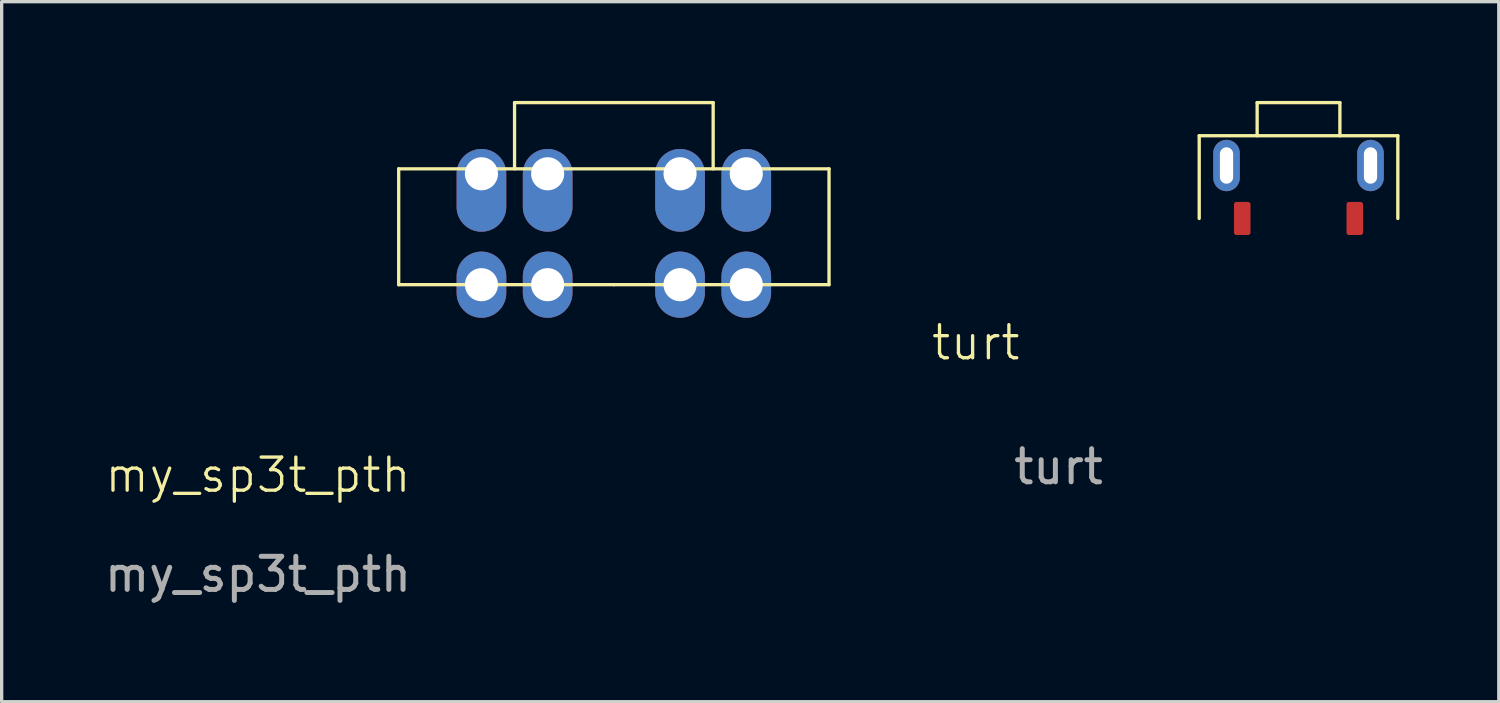
<source format=kicad_pcb>
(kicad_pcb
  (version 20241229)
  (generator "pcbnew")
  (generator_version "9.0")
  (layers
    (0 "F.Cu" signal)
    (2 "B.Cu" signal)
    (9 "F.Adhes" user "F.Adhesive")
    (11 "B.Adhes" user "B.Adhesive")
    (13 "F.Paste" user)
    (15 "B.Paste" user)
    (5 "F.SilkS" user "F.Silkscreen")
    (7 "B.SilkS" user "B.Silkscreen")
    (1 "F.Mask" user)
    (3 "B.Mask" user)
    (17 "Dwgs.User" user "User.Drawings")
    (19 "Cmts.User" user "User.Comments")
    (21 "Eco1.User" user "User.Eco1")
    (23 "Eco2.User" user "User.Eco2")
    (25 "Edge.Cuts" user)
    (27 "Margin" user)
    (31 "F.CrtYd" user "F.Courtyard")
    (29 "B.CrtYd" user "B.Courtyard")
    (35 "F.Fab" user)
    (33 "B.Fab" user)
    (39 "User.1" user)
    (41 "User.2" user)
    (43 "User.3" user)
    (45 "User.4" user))
  (footprint "my_sp3t_pth"
    (layer "F.Cu")
    (at 15.494 5.55)
    (property "Reference" "my_sp3t_pth" (at -10.75 5.75 0) (unlocked yes) (layer "F.SilkS") (effects (font (size 1 1) (thickness 0.1))))
    (attr smd)
    (fp_line (start -6.5 -3.5) (end 6.5 -3.5) (stroke (width 0.1) (type default)) (layer "F.SilkS"))
    (fp_line (start -6.5 0) (end -6.5 -3.5) (stroke (width 0.1) (type default)) (layer "F.SilkS"))
    (fp_line (start -3 -5.5) (end 3 -5.5) (stroke (width 0.1) (type default)) (layer "F.SilkS"))
    (fp_line (start -3 -3.5) (end -3 -5.5) (stroke (width 0.1) (type default)) (layer "F.SilkS"))
    (fp_line (start 0 0) (end -6.5 0) (stroke (width 0.1) (type default)) (layer "F.SilkS"))
    (fp_line (start 3 -5.5) (end 3 -3.5) (stroke (width 0.1) (type default)) (layer "F.SilkS"))
    (fp_line (start 6.5 -3.5) (end 6.5 0) (stroke (width 0.1) (type default)) (layer "F.SilkS"))
    (fp_line (start 6.5 0) (end 0 0) (stroke (width 0.1) (type default)) (layer "F.SilkS"))
    (fp_text user "${REFERENCE}" (at -10.75 8.75 0) (unlocked yes) (layer "F.Fab") (effects (font (size 1 1) (thickness 0.15))))
    (pad "1" thru_hole oval (at -4 0 90) (size 2 1.5) (drill 1) (layers "*.Cu" "*.Mask"))
    (pad "2" thru_hole oval (at -2 0 90) (size 2 1.5) (drill 1) (layers "*.Cu" "*.Mask"))
    (pad "3" thru_hole oval (at 2 0 90) (size 2 1.5) (drill 1) (layers "*.Cu" "*.Mask"))
    (pad "4" thru_hole oval (at 4 0 90) (size 2 1.5) (drill 1) (layers "*.Cu" "*.Mask"))
    (pad "5" thru_hole oval (at -4 -3.35 90) (size 2.5 1.5) (drill 1 (offset -0.5 0)) (layers "*.Cu" "*.Mask"))
    (pad "6" thru_hole oval (at -2 -3.35 90) (size 2.5 1.5) (drill 1 (offset -0.5 0)) (layers "*.Cu" "*.Mask"))
    (pad "7" thru_hole oval (at 2 -3.35 90) (size 2.5 1.5) (drill 1 (offset -0.5 0)) (layers "*.Cu" "*.Mask"))
    (pad "8" thru_hole oval (at 4 -3.35 90) (size 2.5 1.5) (drill 1 (offset -0.5 0)) (layers "*.Cu" "*.Mask")))
  (footprint "turt"
    (layer "F.Cu")
    (at 36.177 3.55)
    (property "Reference" "turt" (at -9.75 3.75 0) (unlocked yes) (layer "F.SilkS") (effects (font (size 1 1) (thickness 0.1))))
    (attr smd)
    (fp_line (start -3 -2.5) (end -3 0) (stroke (width 0.1) (type default)) (layer "F.SilkS"))
    (fp_line (start -3 -2.5) (end 3 -2.5) (stroke (width 0.1) (type solid)) (layer "F.SilkS"))
    (fp_line (start -1.25 -3.5) (end 1.25 -3.5) (stroke (width 0.1) (type default)) (layer "F.SilkS"))
    (fp_line (start -1.25 -2.5) (end -1.25 -3.5) (stroke (width 0.1) (type default)) (layer "F.SilkS"))
    (fp_line (start 1.25 -3.5) (end 1.25 -2.5) (stroke (width 0.1) (type default)) (layer "F.SilkS"))
    (fp_line (start 3 -2.5) (end 3 0) (stroke (width 0.1) (type default)) (layer "F.SilkS"))
    (fp_text user "${REFERENCE}" (at -7.25 7.5 0) (unlocked yes) (layer "F.Fab") (effects (font (size 1 1) (thickness 0.15))))
    (pad "1" smd roundrect (at -1.7 0 180) (size 0.5 1) (layers "F.Cu" "F.Mask" "F.Paste") (roundrect_rratio 0.15))
    (pad "2" smd roundrect (at 1.7 0 180) (size 0.5 1) (layers "F.Cu" "F.Mask" "F.Paste") (roundrect_rratio 0.15))
    (pad "3" thru_hole oval (at -2.175 -1.6 90) (size 1.55 0.8) (drill oval 1.1 0.4) (layers "*.Cu" "*.Mask"))
    (pad "3" thru_hole oval (at 2.175 -1.6 90) (size 1.55 0.8) (drill oval 1.1 0.4) (layers "*.Cu" "*.Mask")))
  (gr_rect
    (start -3 -3)
    (end 42.227 18.148)
    (stroke (width 0.1) (type default))
    (fill no)
    (layer "Edge.Cuts")))
</source>
